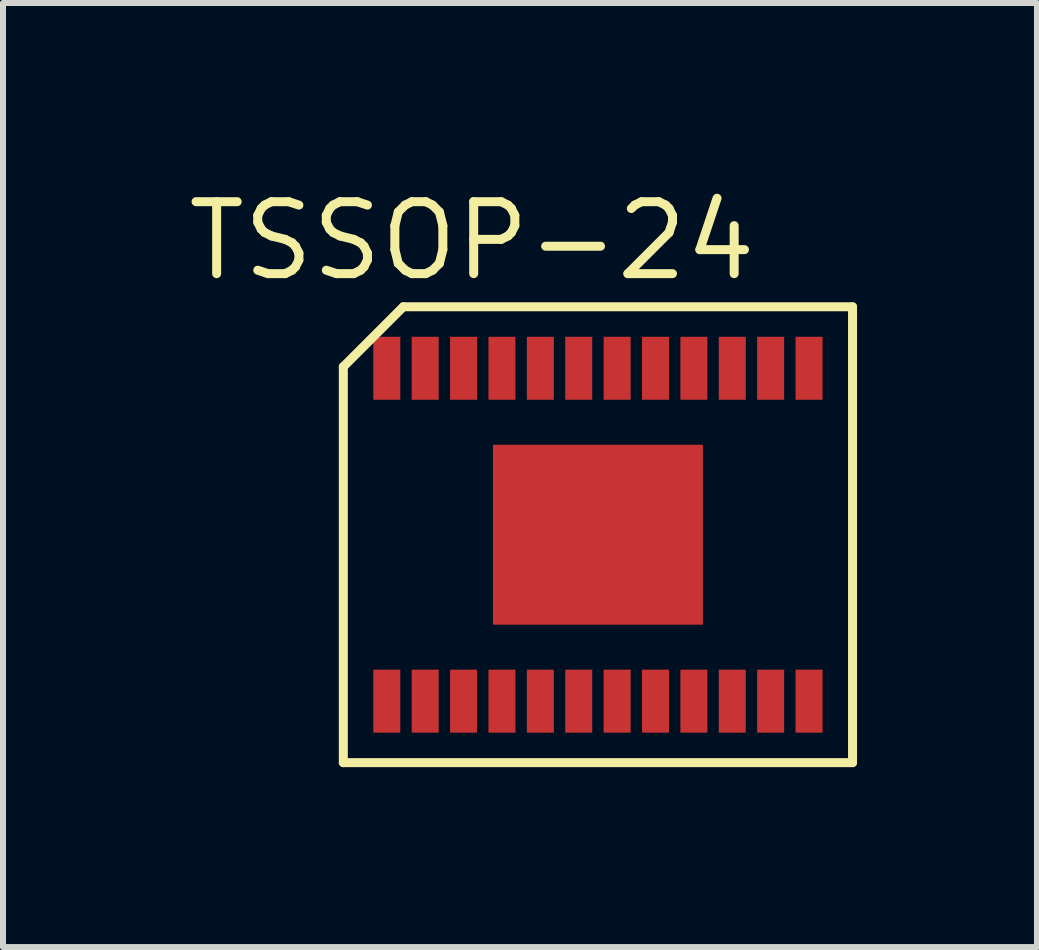
<source format=kicad_pcb>
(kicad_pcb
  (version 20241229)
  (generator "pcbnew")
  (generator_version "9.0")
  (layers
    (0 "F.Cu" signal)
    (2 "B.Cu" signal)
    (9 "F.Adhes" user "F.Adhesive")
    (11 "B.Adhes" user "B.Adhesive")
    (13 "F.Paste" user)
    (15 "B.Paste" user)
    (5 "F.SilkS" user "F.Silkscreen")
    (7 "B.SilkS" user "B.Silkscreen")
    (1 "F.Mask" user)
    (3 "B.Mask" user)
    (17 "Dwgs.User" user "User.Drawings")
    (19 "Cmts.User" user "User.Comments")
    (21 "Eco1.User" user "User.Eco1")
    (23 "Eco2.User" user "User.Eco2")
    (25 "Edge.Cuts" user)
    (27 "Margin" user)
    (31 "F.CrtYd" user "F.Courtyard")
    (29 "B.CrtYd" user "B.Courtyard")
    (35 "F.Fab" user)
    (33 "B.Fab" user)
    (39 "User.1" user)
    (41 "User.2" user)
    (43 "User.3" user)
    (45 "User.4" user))
  (footprint "TSSOP-24"
    (layer "F.Cu")
    (at 6.919 5.865)
    (property "Reference" "TSSOP-24" (at -2.1 -4.9 0) (layer "F.SilkS") (effects (font (size 1.2 1.2) (thickness 0.15))))
    (attr through_hole)
    (fp_line (start -4.245 -2.8) (end -4.245 3.8) (stroke (width 0.15) (type solid)) (layer "F.SilkS"))
    (fp_line (start -4.245 3.8) (end 4.245 3.8) (stroke (width 0.15) (type solid)) (layer "F.SilkS"))
    (fp_line (start -3.245 -3.8) (end -4.245 -2.8) (stroke (width 0.15) (type solid)) (layer "F.SilkS"))
    (fp_line (start 4.245 -3.8) (end -3.245 -3.8) (stroke (width 0.15) (type solid)) (layer "F.SilkS"))
    (fp_line (start 4.245 3.8) (end 4.245 -3.8) (stroke (width 0.15) (type solid)) (layer "F.SilkS"))
    (pad "1" smd rect (at -3.52 2.775) (size 0.45 1.05) (layers "F.Cu" "F.Mask" "F.Paste"))
    (pad "2" smd rect (at -2.88 2.775) (size 0.45 1.05) (layers "F.Cu" "F.Mask" "F.Paste"))
    (pad "3" smd rect (at -2.24 2.775) (size 0.45 1.05) (layers "F.Cu" "F.Mask" "F.Paste"))
    (pad "4" smd rect (at -1.6 2.775) (size 0.45 1.05) (layers "F.Cu" "F.Mask" "F.Paste"))
    (pad "5" smd rect (at -0.96 2.775) (size 0.45 1.05) (layers "F.Cu" "F.Mask" "F.Paste"))
    (pad "6" smd rect (at -0.32 2.775) (size 0.45 1.05) (layers "F.Cu" "F.Mask" "F.Paste"))
    (pad "7" smd rect (at 0.32 2.775) (size 0.45 1.05) (layers "F.Cu" "F.Mask" "F.Paste"))
    (pad "8" smd rect (at 0.96 2.775) (size 0.45 1.05) (layers "F.Cu" "F.Mask" "F.Paste"))
    (pad "9" smd rect (at 1.6 2.775) (size 0.45 1.05) (layers "F.Cu" "F.Mask" "F.Paste"))
    (pad "10" smd rect (at 2.24 2.775) (size 0.45 1.05) (layers "F.Cu" "F.Mask" "F.Paste"))
    (pad "11" smd rect (at 2.88 2.775) (size 0.45 1.05) (layers "F.Cu" "F.Mask" "F.Paste"))
    (pad "12" smd rect (at 3.52 2.775) (size 0.45 1.05) (layers "F.Cu" "F.Mask" "F.Paste"))
    (pad "13" smd rect (at 3.52 -2.775) (size 0.45 1.05) (layers "F.Cu" "F.Mask" "F.Paste"))
    (pad "14" smd rect (at 2.88 -2.775) (size 0.45 1.05) (layers "F.Cu" "F.Mask" "F.Paste"))
    (pad "15" smd rect (at 2.24 -2.775) (size 0.45 1.05) (layers "F.Cu" "F.Mask" "F.Paste"))
    (pad "16" smd rect (at 1.6 -2.775) (size 0.45 1.05) (layers "F.Cu" "F.Mask" "F.Paste"))
    (pad "17" smd rect (at 0.96 -2.775) (size 0.45 1.05) (layers "F.Cu" "F.Mask" "F.Paste"))
    (pad "18" smd rect (at 0.32 -2.775) (size 0.45 1.05) (layers "F.Cu" "F.Mask" "F.Paste"))
    (pad "19" smd rect (at -0.32 -2.775) (size 0.45 1.05) (layers "F.Cu" "F.Mask" "F.Paste"))
    (pad "20" smd rect (at -0.96 -2.775) (size 0.45 1.05) (layers "F.Cu" "F.Mask" "F.Paste"))
    (pad "21" smd rect (at -1.6 -2.775) (size 0.45 1.05) (layers "F.Cu" "F.Mask" "F.Paste"))
    (pad "22" smd rect (at -2.24 -2.775) (size 0.45 1.05) (layers "F.Cu" "F.Mask" "F.Paste"))
    (pad "23" smd rect (at -2.88 -2.775) (size 0.45 1.05) (layers "F.Cu" "F.Mask" "F.Paste"))
    (pad "24" smd rect (at -3.52 -2.775) (size 0.45 1.05) (layers "F.Cu" "F.Mask" "F.Paste"))
    (pad "25" smd rect (at 0 0) (size 3.5 3) (layers "F.Cu" "F.Mask" "F.Paste")))
  (gr_rect
    (start -3 -3)
    (end 14.239 12.74)
    (stroke (width 0.1) (type default))
    (fill no)
    (layer "Edge.Cuts")))
</source>
